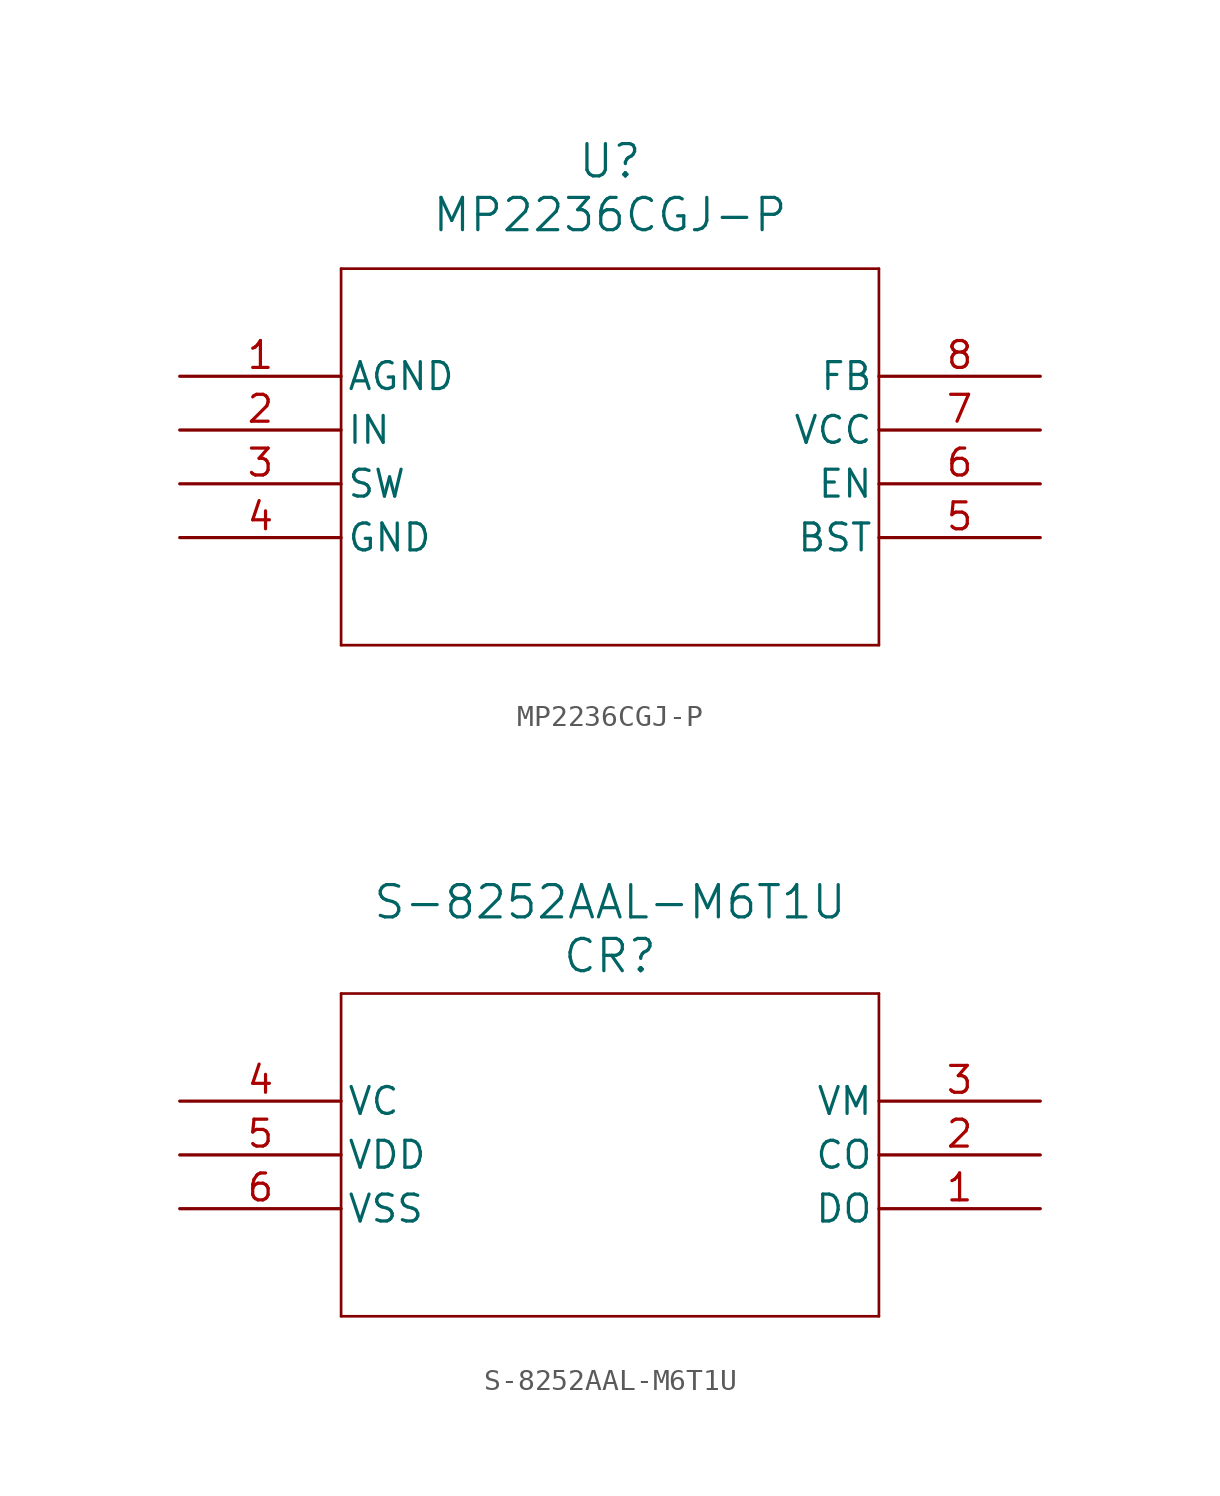
<source format=kicad_sym>
(kicad_symbol_lib
  (version 20231120)
  (generator "kicad_symbol_editor")
  (generator_version "8.0")
  (symbol "MP2236CGJ-P"
    (pin_names
      (offset 0.254))
    (property "Reference" "U"
      (at 20.32 10.16 0)
      (effects (font (size 1.524 1.524))))
    (property "Value" "MP2236CGJ-P"
      (at 20.32 7.62 0)
      (effects (font (size 1.524 1.524))))
    (property "ki_locked" ""
      (at 0 0 0)
      (effects (font (size 1.27 1.27))))
    (symbol "MP2236CGJ-P_0_1"
      (polyline (pts (xy 7.62 -12.7) (xy 33.02 -12.7)) (stroke (width 0.127) (type default)) (fill (type none)))
      (polyline (pts (xy 7.62 5.08) (xy 7.62 -12.7)) (stroke (width 0.127) (type default)) (fill (type none)))
      (polyline (pts (xy 33.02 -12.7) (xy 33.02 5.08)) (stroke (width 0.127) (type default)) (fill (type none)))
      (polyline (pts (xy 33.02 5.08) (xy 7.62 5.08)) (stroke (width 0.127) (type default)) (fill (type none)))
      (pin power_in line (at 0 0 0) (length 7.62) (name "AGND" (effects (font (size 1.27 1.27)))) (number "1" (effects (font (size 1.27 1.27)))))
      (pin power_in line (at 0 -2.54 0) (length 7.62) (name "IN" (effects (font (size 1.27 1.27)))) (number "2" (effects (font (size 1.27 1.27)))))
      (pin power_in line (at 0 -5.08 0) (length 7.62) (name "SW" (effects (font (size 1.27 1.27)))) (number "3" (effects (font (size 1.27 1.27)))))
      (pin power_in line (at 0 -7.62 0) (length 7.62) (name "GND" (effects (font (size 1.27 1.27)))) (number "4" (effects (font (size 1.27 1.27)))))
      (pin power_in line (at 40.64 -7.62 180) (length 7.62) (name "BST" (effects (font (size 1.27 1.27)))) (number "5" (effects (font (size 1.27 1.27)))))
      (pin input line (at 40.64 -5.08 180) (length 7.62) (name "EN" (effects (font (size 1.27 1.27)))) (number "6" (effects (font (size 1.27 1.27)))))
      (pin power_in line (at 40.64 -2.54 180) (length 7.62) (name "VCC" (effects (font (size 1.27 1.27)))) (number "7" (effects (font (size 1.27 1.27)))))
      (pin unspecified line (at 40.64 0 180) (length 7.62) (name "FB" (effects (font (size 1.27 1.27)))) (number "8" (effects (font (size 1.27 1.27)))))))
  (symbol "S-8252AAL-M6T1U"
    (pin_names
      (offset 0.254))
    (property "Reference" "CR"
      (at 20.32 13.208 0)
      (effects (font (size 1.524 1.524))))
    (property "Value" "S-8252AAL-M6T1U"
      (at 20.32 15.748 0)
      (effects (font (size 1.524 1.524))))
    (property "ki_locked" ""
      (at 0 0 0)
      (effects (font (size 1.27 1.27))))
    (symbol "S-8252AAL-M6T1U_0_1"
      (polyline (pts (xy 7.62 -3.81) (xy 33.02 -3.81)) (stroke (width 0.127) (type default)) (fill (type none)))
      (polyline (pts (xy 7.62 11.43) (xy 7.62 -3.81)) (stroke (width 0.127) (type default)) (fill (type none)))
      (polyline (pts (xy 33.02 -3.81) (xy 33.02 11.43)) (stroke (width 0.127) (type default)) (fill (type none)))
      (polyline (pts (xy 33.02 11.43) (xy 7.62 11.43)) (stroke (width 0.127) (type default)) (fill (type none))))
    (symbol "S-8252AAL-M6T1U_1_1"
      (pin output line (at 40.64 1.27 180) (length 7.62) (name "DO" (effects (font (size 1.27 1.27)))) (number "1" (effects (font (size 1.27 1.27)))))
      (pin output line (at 40.64 3.81 180) (length 7.62) (name "CO" (effects (font (size 1.27 1.27)))) (number "2" (effects (font (size 1.27 1.27)))))
      (pin input line (at 40.64 6.35 180) (length 7.62) (name "VM" (effects (font (size 1.27 1.27)))) (number "3" (effects (font (size 1.27 1.27)))))
      (pin passive line (at 0 6.35 0) (length 7.62) (name "VC" (effects (font (size 1.27 1.27)))) (number "4" (effects (font (size 1.27 1.27)))))
      (pin power_in line (at 0 3.81 0) (length 7.62) (name "VDD" (effects (font (size 1.27 1.27)))) (number "5" (effects (font (size 1.27 1.27)))))
      (pin power_in line (at 0 1.27 0) (length 7.62) (name "VSS" (effects (font (size 1.27 1.27)))) (number "6" (effects (font (size 1.27 1.27))))))))
</source>
